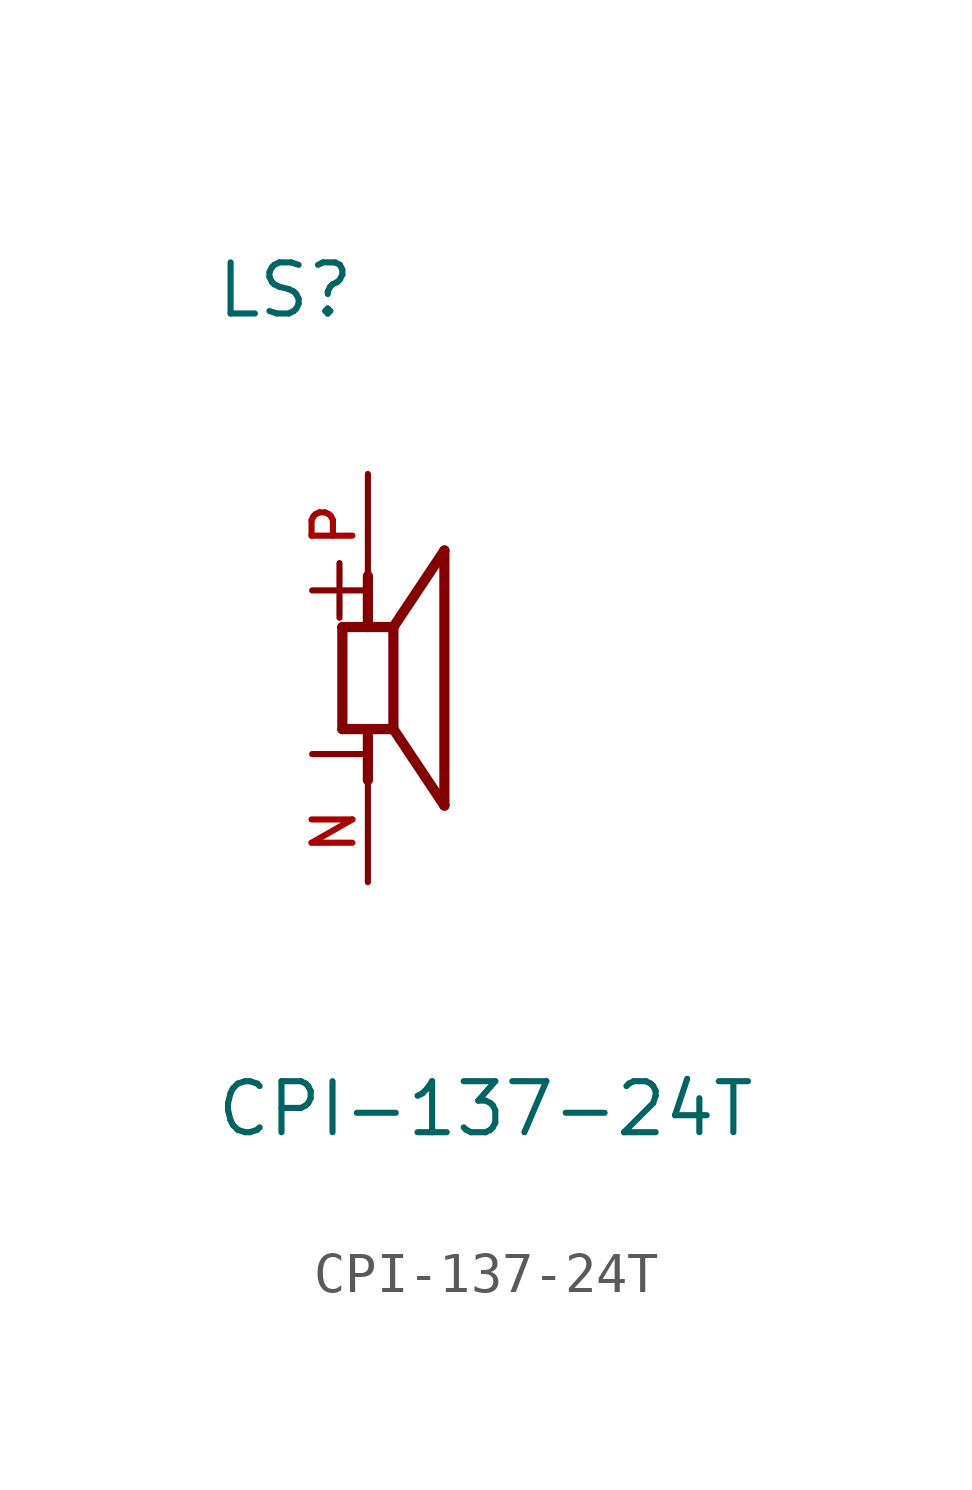
<source format=kicad_sym>
(kicad_symbol_lib
  (version 20211014)
  (generator kicad_symbol_editor)
  (symbol "CPI-137-24T"
    (pin_names
      (offset 1.016))
    (property "Reference" "LS"
      (at -3.82 8.913 0)
      (effects (font (size 1.27 1.27)) (justify bottom left)))
    (property "Value" "CPI-137-24T"
      (at -3.823 -11.469 0)
      (effects (font (size 1.27 1.27)) (justify bottom left)))
    (symbol "CPI-137-24T_0_0"
      (polyline (pts (xy -0.635 1.27) (xy 0.0 1.27)) (stroke (width 0.254)))
      (polyline (pts (xy 0.0 1.27) (xy 0.635 1.27)) (stroke (width 0.254)))
      (polyline (pts (xy 0.635 1.27) (xy 0.635 -1.27)) (stroke (width 0.254)))
      (polyline (pts (xy 0.635 -1.27) (xy 0.0 -1.27)) (stroke (width 0.254)))
      (polyline (pts (xy 0.0 -1.27) (xy -0.635 -1.27)) (stroke (width 0.254)))
      (polyline (pts (xy -0.635 -1.27) (xy -0.635 1.27)) (stroke (width 0.254)))
      (polyline (pts (xy 0.635 1.27) (xy 1.905 3.175)) (stroke (width 0.254)))
      (polyline (pts (xy 1.905 3.175) (xy 1.905 -3.175)) (stroke (width 0.254)))
      (polyline (pts (xy 1.905 -3.175) (xy 0.635 -1.27)) (stroke (width 0.254)))
      (polyline (pts (xy 0.0 1.27) (xy 0.0 2.54)) (stroke (width 0.254)))
      (polyline (pts (xy 0.0 -1.27) (xy 0.0 -2.54)) (stroke (width 0.254)))
      (text "+" (at -1.912 1.275 0) (effects (font (size 1.785 1.785)) (justify bottom left)))
      (text "-" (at -1.912 -2.798 0) (effects (font (size 1.785 1.785)) (justify bottom left)))
      (pin passive line (at 0.0 5.08 270.0) (length 2.54) (name "~" (effects (font (size 1.016 1.016)))) (number "P" (effects (font (size 1.016 1.016)))))
      (pin passive line (at 0.0 -5.08 90.0) (length 2.54) (name "~" (effects (font (size 1.016 1.016)))) (number "N" (effects (font (size 1.016 1.016))))))))
</source>
